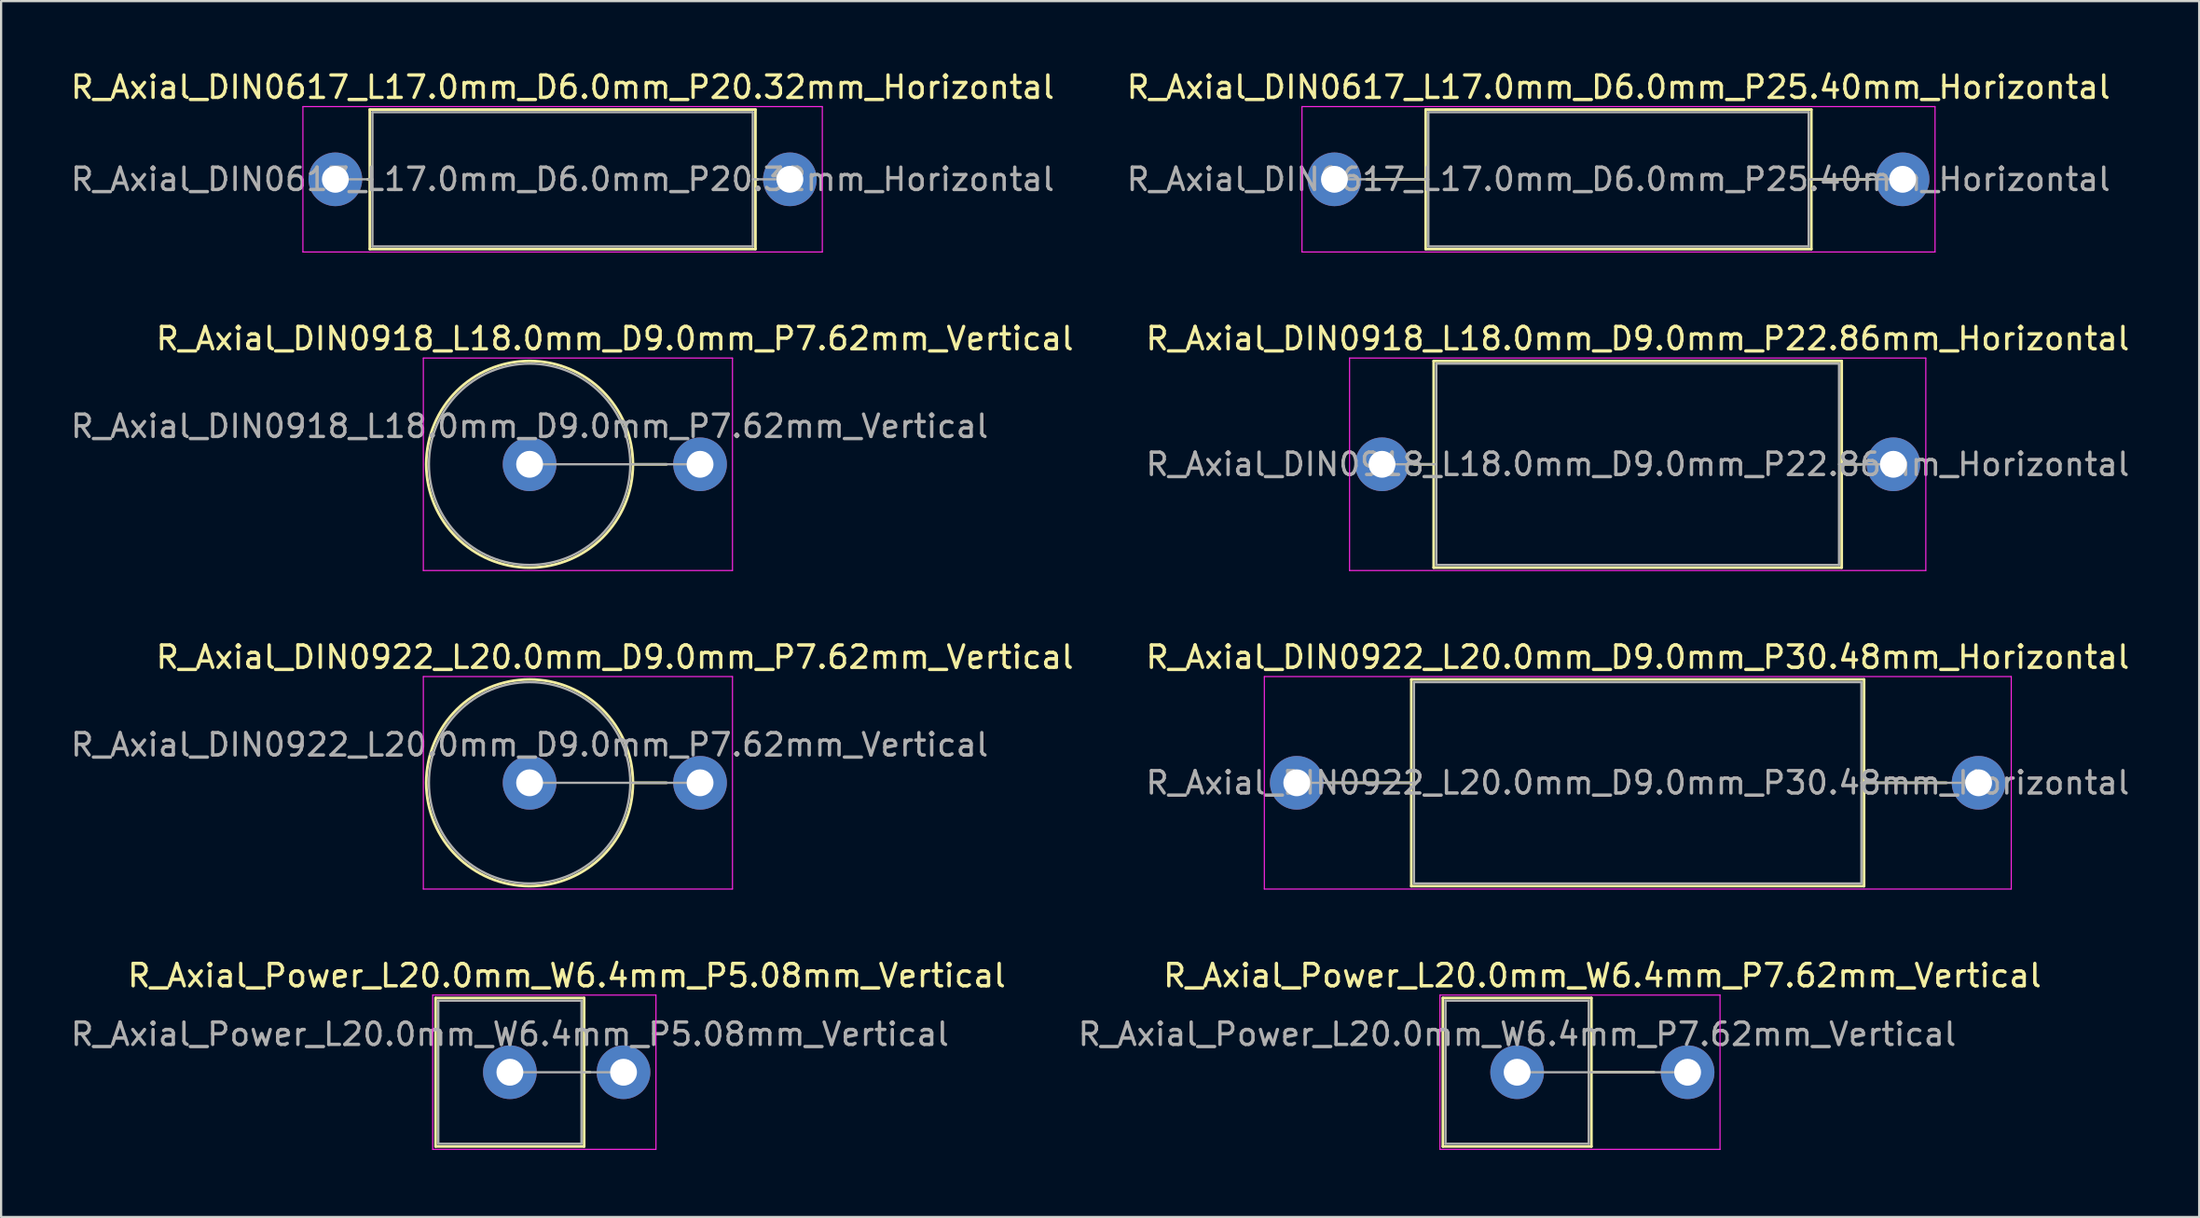
<source format=kicad_pcb>
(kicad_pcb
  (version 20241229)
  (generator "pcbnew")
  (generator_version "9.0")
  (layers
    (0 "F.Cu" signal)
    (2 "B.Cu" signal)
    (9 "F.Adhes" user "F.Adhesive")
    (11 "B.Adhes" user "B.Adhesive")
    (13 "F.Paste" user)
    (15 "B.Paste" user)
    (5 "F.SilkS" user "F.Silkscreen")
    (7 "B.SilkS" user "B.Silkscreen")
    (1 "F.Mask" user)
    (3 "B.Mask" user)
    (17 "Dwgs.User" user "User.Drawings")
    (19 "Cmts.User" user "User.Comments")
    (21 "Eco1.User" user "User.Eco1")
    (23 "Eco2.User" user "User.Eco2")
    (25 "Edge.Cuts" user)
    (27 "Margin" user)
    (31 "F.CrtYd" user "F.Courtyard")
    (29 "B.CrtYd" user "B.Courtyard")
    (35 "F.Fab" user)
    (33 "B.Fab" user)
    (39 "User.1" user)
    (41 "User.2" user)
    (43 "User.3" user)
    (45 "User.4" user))
  (footprint "R_Axial_DIN0922_L20.0mm_D9.0mm_P7.62mm_Vertical"
    (layer "F.Cu")
    (at 20.625 31.955)
    (property "Reference" "R_Axial_DIN0922_L20.0mm_D9.0mm_P7.62mm_Vertical" (at 3.81 -5.62 0) (layer "F.SilkS") (effects (font (size 1 1) (thickness 0.15))))
    (attr through_hole)
    (fp_line (start 4.62 0) (end 6.12 0) (stroke (width 0.12) (type solid)) (layer "F.SilkS"))
    (fp_circle (center 0 0) (end 4.62 0) (stroke (width 0.12) (type solid)) (fill no) (layer "F.SilkS"))
    (fp_line (start -4.75 -4.75) (end -4.75 4.75) (stroke (width 0.05) (type solid)) (layer "F.CrtYd"))
    (fp_line (start -4.75 4.75) (end 9.07 4.75) (stroke (width 0.05) (type solid)) (layer "F.CrtYd"))
    (fp_line (start 9.07 -4.75) (end -4.75 -4.75) (stroke (width 0.05) (type solid)) (layer "F.CrtYd"))
    (fp_line (start 9.07 4.75) (end 9.07 -4.75) (stroke (width 0.05) (type solid)) (layer "F.CrtYd"))
    (fp_line (start 0 0) (end 7.62 0) (stroke (width 0.1) (type solid)) (layer "F.Fab"))
    (fp_circle (center 0 0) (end 4.5 0) (stroke (width 0.1) (type solid)) (fill no) (layer "F.Fab"))
    (fp_text user "${REFERENCE}" (at 0 -1.7 0) (layer "F.Fab") (effects (font (size 1 1) (thickness 0.15))))
    (pad "1" thru_hole circle (at 0 0) (size 2.4 2.4) (drill 1.2) (layers "*.Cu" "*.Mask"))
    (pad "2" thru_hole circle (at 7.62 0) (size 2.4 2.4) (drill 1.2) (layers "*.Cu" "*.Mask")))
  (footprint "R_Axial_DIN0617_L17.0mm_D6.0mm_P20.32mm_Horizontal"
    (layer "F.Cu")
    (at 11.941 4.968)
    (property "Reference" "R_Axial_DIN0617_L17.0mm_D6.0mm_P20.32mm_Horizontal" (at 10.16 -4.12 0) (layer "F.SilkS") (effects (font (size 1 1) (thickness 0.15))))
    (attr through_hole)
    (fp_line (start 1.44 0) (end 1.54 0) (stroke (width 0.12) (type solid)) (layer "F.SilkS"))
    (fp_line (start 1.54 -3.12) (end 1.54 3.12) (stroke (width 0.12) (type solid)) (layer "F.SilkS"))
    (fp_line (start 1.54 3.12) (end 18.78 3.12) (stroke (width 0.12) (type solid)) (layer "F.SilkS"))
    (fp_line (start 18.78 -3.12) (end 1.54 -3.12) (stroke (width 0.12) (type solid)) (layer "F.SilkS"))
    (fp_line (start 18.78 3.12) (end 18.78 -3.12) (stroke (width 0.12) (type solid)) (layer "F.SilkS"))
    (fp_line (start 18.88 0) (end 18.78 0) (stroke (width 0.12) (type solid)) (layer "F.SilkS"))
    (fp_line (start -1.45 -3.25) (end -1.45 3.25) (stroke (width 0.05) (type solid)) (layer "F.CrtYd"))
    (fp_line (start -1.45 3.25) (end 21.77 3.25) (stroke (width 0.05) (type solid)) (layer "F.CrtYd"))
    (fp_line (start 21.77 -3.25) (end -1.45 -3.25) (stroke (width 0.05) (type solid)) (layer "F.CrtYd"))
    (fp_line (start 21.77 3.25) (end 21.77 -3.25) (stroke (width 0.05) (type solid)) (layer "F.CrtYd"))
    (fp_line (start 0 0) (end 1.66 0) (stroke (width 0.1) (type solid)) (layer "F.Fab"))
    (fp_line (start 1.66 -3) (end 1.66 3) (stroke (width 0.1) (type solid)) (layer "F.Fab"))
    (fp_line (start 1.66 3) (end 18.66 3) (stroke (width 0.1) (type solid)) (layer "F.Fab"))
    (fp_line (start 18.66 -3) (end 1.66 -3) (stroke (width 0.1) (type solid)) (layer "F.Fab"))
    (fp_line (start 18.66 3) (end 18.66 -3) (stroke (width 0.1) (type solid)) (layer "F.Fab"))
    (fp_line (start 20.32 0) (end 18.66 0) (stroke (width 0.1) (type solid)) (layer "F.Fab"))
    (fp_text user "${REFERENCE}" (at 10.16 0 0) (layer "F.Fab") (effects (font (size 1 1) (thickness 0.15))))
    (pad "1" thru_hole circle (at 0 0) (size 2.4 2.4) (drill 1.2) (layers "*.Cu" "*.Mask"))
    (pad "2" thru_hole circle (at 20.32 0) (size 2.4 2.4) (drill 1.2) (layers "*.Cu" "*.Mask")))
  (footprint "R_Axial_Power_L20.0mm_W6.4mm_P5.08mm_Vertical"
    (layer "F.Cu")
    (at 19.744 44.898)
    (property "Reference" "R_Axial_Power_L20.0mm_W6.4mm_P5.08mm_Vertical" (at 2.54 -4.32 0) (layer "F.SilkS") (effects (font (size 1 1) (thickness 0.15))))
    (attr through_hole)
    (fp_line (start -3.32 -3.32) (end -3.32 3.32) (stroke (width 0.12) (type solid)) (layer "F.SilkS"))
    (fp_line (start -3.32 3.32) (end 3.32 3.32) (stroke (width 0.12) (type solid)) (layer "F.SilkS"))
    (fp_line (start 3.32 -3.32) (end -3.32 -3.32) (stroke (width 0.12) (type solid)) (layer "F.SilkS"))
    (fp_line (start 3.32 0) (end 3.58 0) (stroke (width 0.12) (type solid)) (layer "F.SilkS"))
    (fp_line (start 3.32 3.32) (end 3.32 -3.32) (stroke (width 0.12) (type solid)) (layer "F.SilkS"))
    (fp_line (start -3.45 -3.45) (end -3.45 3.45) (stroke (width 0.05) (type solid)) (layer "F.CrtYd"))
    (fp_line (start -3.45 3.45) (end 6.53 3.45) (stroke (width 0.05) (type solid)) (layer "F.CrtYd"))
    (fp_line (start 6.53 -3.45) (end -3.45 -3.45) (stroke (width 0.05) (type solid)) (layer "F.CrtYd"))
    (fp_line (start 6.53 3.45) (end 6.53 -3.45) (stroke (width 0.05) (type solid)) (layer "F.CrtYd"))
    (fp_line (start -3.2 -3.2) (end -3.2 3.2) (stroke (width 0.1) (type solid)) (layer "F.Fab"))
    (fp_line (start -3.2 3.2) (end 3.2 3.2) (stroke (width 0.1) (type solid)) (layer "F.Fab"))
    (fp_line (start 0 0) (end 5.08 0) (stroke (width 0.1) (type solid)) (layer "F.Fab"))
    (fp_line (start 3.2 -3.2) (end -3.2 -3.2) (stroke (width 0.1) (type solid)) (layer "F.Fab"))
    (fp_line (start 3.2 3.2) (end 3.2 -3.2) (stroke (width 0.1) (type solid)) (layer "F.Fab"))
    (fp_text user "${REFERENCE}" (at 0 -1.7 0) (layer "F.Fab") (effects (font (size 1 1) (thickness 0.15))))
    (pad "1" thru_hole circle (at 0 0) (size 2.4 2.4) (drill 1.2) (layers "*.Cu" "*.Mask"))
    (pad "2" thru_hole circle (at 5.08 0) (size 2.4 2.4) (drill 1.2) (layers "*.Cu" "*.Mask")))
  (footprint "R_Axial_DIN0918_L18.0mm_D9.0mm_P22.86mm_Horizontal"
    (layer "F.Cu")
    (at 58.731 17.712)
    (property "Reference" "R_Axial_DIN0918_L18.0mm_D9.0mm_P22.86mm_Horizontal" (at 11.43 -5.62 0) (layer "F.SilkS") (effects (font (size 1 1) (thickness 0.15))))
    (attr through_hole)
    (fp_line (start 1.44 0) (end 2.31 0) (stroke (width 0.12) (type solid)) (layer "F.SilkS"))
    (fp_line (start 2.31 -4.62) (end 2.31 4.62) (stroke (width 0.12) (type solid)) (layer "F.SilkS"))
    (fp_line (start 2.31 4.62) (end 20.55 4.62) (stroke (width 0.12) (type solid)) (layer "F.SilkS"))
    (fp_line (start 20.55 -4.62) (end 2.31 -4.62) (stroke (width 0.12) (type solid)) (layer "F.SilkS"))
    (fp_line (start 20.55 4.62) (end 20.55 -4.62) (stroke (width 0.12) (type solid)) (layer "F.SilkS"))
    (fp_line (start 21.42 0) (end 20.55 0) (stroke (width 0.12) (type solid)) (layer "F.SilkS"))
    (fp_line (start -1.45 -4.75) (end -1.45 4.75) (stroke (width 0.05) (type solid)) (layer "F.CrtYd"))
    (fp_line (start -1.45 4.75) (end 24.31 4.75) (stroke (width 0.05) (type solid)) (layer "F.CrtYd"))
    (fp_line (start 24.31 -4.75) (end -1.45 -4.75) (stroke (width 0.05) (type solid)) (layer "F.CrtYd"))
    (fp_line (start 24.31 4.75) (end 24.31 -4.75) (stroke (width 0.05) (type solid)) (layer "F.CrtYd"))
    (fp_line (start 0 0) (end 2.43 0) (stroke (width 0.1) (type solid)) (layer "F.Fab"))
    (fp_line (start 2.43 -4.5) (end 2.43 4.5) (stroke (width 0.1) (type solid)) (layer "F.Fab"))
    (fp_line (start 2.43 4.5) (end 20.43 4.5) (stroke (width 0.1) (type solid)) (layer "F.Fab"))
    (fp_line (start 20.43 -4.5) (end 2.43 -4.5) (stroke (width 0.1) (type solid)) (layer "F.Fab"))
    (fp_line (start 20.43 4.5) (end 20.43 -4.5) (stroke (width 0.1) (type solid)) (layer "F.Fab"))
    (fp_line (start 22.86 0) (end 20.43 0) (stroke (width 0.1) (type solid)) (layer "F.Fab"))
    (fp_text user "${REFERENCE}" (at 11.43 0 0) (layer "F.Fab") (effects (font (size 1 1) (thickness 0.15))))
    (pad "1" thru_hole circle (at 0 0) (size 2.4 2.4) (drill 1.2) (layers "*.Cu" "*.Mask"))
    (pad "2" thru_hole circle (at 22.86 0) (size 2.4 2.4) (drill 1.2) (layers "*.Cu" "*.Mask")))
  (footprint "R_Axial_DIN0922_L20.0mm_D9.0mm_P30.48mm_Horizontal"
    (layer "F.Cu")
    (at 54.921 31.955)
    (property "Reference" "R_Axial_DIN0922_L20.0mm_D9.0mm_P30.48mm_Horizontal" (at 15.24 -5.62 0) (layer "F.SilkS") (effects (font (size 1 1) (thickness 0.15))))
    (attr through_hole)
    (fp_line (start 1.44 0) (end 5.12 0) (stroke (width 0.12) (type solid)) (layer "F.SilkS"))
    (fp_line (start 5.12 -4.62) (end 5.12 4.62) (stroke (width 0.12) (type solid)) (layer "F.SilkS"))
    (fp_line (start 5.12 4.62) (end 25.36 4.62) (stroke (width 0.12) (type solid)) (layer "F.SilkS"))
    (fp_line (start 25.36 -4.62) (end 5.12 -4.62) (stroke (width 0.12) (type solid)) (layer "F.SilkS"))
    (fp_line (start 25.36 4.62) (end 25.36 -4.62) (stroke (width 0.12) (type solid)) (layer "F.SilkS"))
    (fp_line (start 29.04 0) (end 25.36 0) (stroke (width 0.12) (type solid)) (layer "F.SilkS"))
    (fp_line (start -1.45 -4.75) (end -1.45 4.75) (stroke (width 0.05) (type solid)) (layer "F.CrtYd"))
    (fp_line (start -1.45 4.75) (end 31.94 4.75) (stroke (width 0.05) (type solid)) (layer "F.CrtYd"))
    (fp_line (start 31.94 -4.75) (end -1.45 -4.75) (stroke (width 0.05) (type solid)) (layer "F.CrtYd"))
    (fp_line (start 31.94 4.75) (end 31.94 -4.75) (stroke (width 0.05) (type solid)) (layer "F.CrtYd"))
    (fp_line (start 0 0) (end 5.24 0) (stroke (width 0.1) (type solid)) (layer "F.Fab"))
    (fp_line (start 5.24 -4.5) (end 5.24 4.5) (stroke (width 0.1) (type solid)) (layer "F.Fab"))
    (fp_line (start 5.24 4.5) (end 25.24 4.5) (stroke (width 0.1) (type solid)) (layer "F.Fab"))
    (fp_line (start 25.24 -4.5) (end 5.24 -4.5) (stroke (width 0.1) (type solid)) (layer "F.Fab"))
    (fp_line (start 25.24 4.5) (end 25.24 -4.5) (stroke (width 0.1) (type solid)) (layer "F.Fab"))
    (fp_line (start 30.48 0) (end 25.24 0) (stroke (width 0.1) (type solid)) (layer "F.Fab"))
    (fp_text user "${REFERENCE}" (at 15.24 0 0) (layer "F.Fab") (effects (font (size 1 1) (thickness 0.15))))
    (pad "1" thru_hole circle (at 0 0) (size 2.4 2.4) (drill 1.2) (layers "*.Cu" "*.Mask"))
    (pad "2" thru_hole circle (at 30.48 0) (size 2.4 2.4) (drill 1.2) (layers "*.Cu" "*.Mask")))
  (footprint "R_Axial_DIN0617_L17.0mm_D6.0mm_P25.40mm_Horizontal"
    (layer "F.Cu")
    (at 56.604 4.968)
    (property "Reference" "R_Axial_DIN0617_L17.0mm_D6.0mm_P25.40mm_Horizontal" (at 12.7 -4.12 0) (layer "F.SilkS") (effects (font (size 1 1) (thickness 0.15))))
    (attr through_hole)
    (fp_line (start 1.44 0) (end 4.08 0) (stroke (width 0.12) (type solid)) (layer "F.SilkS"))
    (fp_line (start 4.08 -3.12) (end 4.08 3.12) (stroke (width 0.12) (type solid)) (layer "F.SilkS"))
    (fp_line (start 4.08 3.12) (end 21.32 3.12) (stroke (width 0.12) (type solid)) (layer "F.SilkS"))
    (fp_line (start 21.32 -3.12) (end 4.08 -3.12) (stroke (width 0.12) (type solid)) (layer "F.SilkS"))
    (fp_line (start 21.32 3.12) (end 21.32 -3.12) (stroke (width 0.12) (type solid)) (layer "F.SilkS"))
    (fp_line (start 23.96 0) (end 21.32 0) (stroke (width 0.12) (type solid)) (layer "F.SilkS"))
    (fp_line (start -1.45 -3.25) (end -1.45 3.25) (stroke (width 0.05) (type solid)) (layer "F.CrtYd"))
    (fp_line (start -1.45 3.25) (end 26.85 3.25) (stroke (width 0.05) (type solid)) (layer "F.CrtYd"))
    (fp_line (start 26.85 -3.25) (end -1.45 -3.25) (stroke (width 0.05) (type solid)) (layer "F.CrtYd"))
    (fp_line (start 26.85 3.25) (end 26.85 -3.25) (stroke (width 0.05) (type solid)) (layer "F.CrtYd"))
    (fp_line (start 0 0) (end 4.2 0) (stroke (width 0.1) (type solid)) (layer "F.Fab"))
    (fp_line (start 4.2 -3) (end 4.2 3) (stroke (width 0.1) (type solid)) (layer "F.Fab"))
    (fp_line (start 4.2 3) (end 21.2 3) (stroke (width 0.1) (type solid)) (layer "F.Fab"))
    (fp_line (start 21.2 -3) (end 4.2 -3) (stroke (width 0.1) (type solid)) (layer "F.Fab"))
    (fp_line (start 21.2 3) (end 21.2 -3) (stroke (width 0.1) (type solid)) (layer "F.Fab"))
    (fp_line (start 25.4 0) (end 21.2 0) (stroke (width 0.1) (type solid)) (layer "F.Fab"))
    (fp_text user "${REFERENCE}" (at 12.7 0 0) (layer "F.Fab") (effects (font (size 1 1) (thickness 0.15))))
    (pad "1" thru_hole circle (at 0 0) (size 2.4 2.4) (drill 1.2) (layers "*.Cu" "*.Mask"))
    (pad "2" thru_hole circle (at 25.4 0) (size 2.4 2.4) (drill 1.2) (layers "*.Cu" "*.Mask")))
  (footprint "R_Axial_Power_L20.0mm_W6.4mm_P7.62mm_Vertical"
    (layer "F.Cu")
    (at 64.772 44.898)
    (property "Reference" "R_Axial_Power_L20.0mm_W6.4mm_P7.62mm_Vertical" (at 3.81 -4.32 0) (layer "F.SilkS") (effects (font (size 1 1) (thickness 0.15))))
    (attr through_hole)
    (fp_line (start -3.32 -3.32) (end -3.32 3.32) (stroke (width 0.12) (type solid)) (layer "F.SilkS"))
    (fp_line (start -3.32 3.32) (end 3.32 3.32) (stroke (width 0.12) (type solid)) (layer "F.SilkS"))
    (fp_line (start 3.32 -3.32) (end -3.32 -3.32) (stroke (width 0.12) (type solid)) (layer "F.SilkS"))
    (fp_line (start 3.32 0) (end 6.12 0) (stroke (width 0.12) (type solid)) (layer "F.SilkS"))
    (fp_line (start 3.32 3.32) (end 3.32 -3.32) (stroke (width 0.12) (type solid)) (layer "F.SilkS"))
    (fp_line (start -3.45 -3.45) (end -3.45 3.45) (stroke (width 0.05) (type solid)) (layer "F.CrtYd"))
    (fp_line (start -3.45 3.45) (end 9.07 3.45) (stroke (width 0.05) (type solid)) (layer "F.CrtYd"))
    (fp_line (start 9.07 -3.45) (end -3.45 -3.45) (stroke (width 0.05) (type solid)) (layer "F.CrtYd"))
    (fp_line (start 9.07 3.45) (end 9.07 -3.45) (stroke (width 0.05) (type solid)) (layer "F.CrtYd"))
    (fp_line (start -3.2 -3.2) (end -3.2 3.2) (stroke (width 0.1) (type solid)) (layer "F.Fab"))
    (fp_line (start -3.2 3.2) (end 3.2 3.2) (stroke (width 0.1) (type solid)) (layer "F.Fab"))
    (fp_line (start 0 0) (end 7.62 0) (stroke (width 0.1) (type solid)) (layer "F.Fab"))
    (fp_line (start 3.2 -3.2) (end -3.2 -3.2) (stroke (width 0.1) (type solid)) (layer "F.Fab"))
    (fp_line (start 3.2 3.2) (end 3.2 -3.2) (stroke (width 0.1) (type solid)) (layer "F.Fab"))
    (fp_text user "${REFERENCE}" (at 0 -1.7 0) (layer "F.Fab") (effects (font (size 1 1) (thickness 0.15))))
    (pad "1" thru_hole circle (at 0 0) (size 2.4 2.4) (drill 1.2) (layers "*.Cu" "*.Mask"))
    (pad "2" thru_hole circle (at 7.62 0) (size 2.4 2.4) (drill 1.2) (layers "*.Cu" "*.Mask")))
  (footprint "R_Axial_DIN0918_L18.0mm_D9.0mm_P7.62mm_Vertical"
    (layer "F.Cu")
    (at 20.625 17.712)
    (property "Reference" "R_Axial_DIN0918_L18.0mm_D9.0mm_P7.62mm_Vertical" (at 3.81 -5.62 0) (layer "F.SilkS") (effects (font (size 1 1) (thickness 0.15))))
    (attr through_hole)
    (fp_line (start 4.62 0) (end 6.12 0) (stroke (width 0.12) (type solid)) (layer "F.SilkS"))
    (fp_circle (center 0 0) (end 4.62 0) (stroke (width 0.12) (type solid)) (fill no) (layer "F.SilkS"))
    (fp_line (start -4.75 -4.75) (end -4.75 4.75) (stroke (width 0.05) (type solid)) (layer "F.CrtYd"))
    (fp_line (start -4.75 4.75) (end 9.07 4.75) (stroke (width 0.05) (type solid)) (layer "F.CrtYd"))
    (fp_line (start 9.07 -4.75) (end -4.75 -4.75) (stroke (width 0.05) (type solid)) (layer "F.CrtYd"))
    (fp_line (start 9.07 4.75) (end 9.07 -4.75) (stroke (width 0.05) (type solid)) (layer "F.CrtYd"))
    (fp_line (start 0 0) (end 7.62 0) (stroke (width 0.1) (type solid)) (layer "F.Fab"))
    (fp_circle (center 0 0) (end 4.5 0) (stroke (width 0.1) (type solid)) (fill no) (layer "F.Fab"))
    (fp_text user "${REFERENCE}" (at 0 -1.7 0) (layer "F.Fab") (effects (font (size 1 1) (thickness 0.15))))
    (pad "1" thru_hole circle (at 0 0) (size 2.4 2.4) (drill 1.2) (layers "*.Cu" "*.Mask"))
    (pad "2" thru_hole oval (at 7.62 0) (size 2.4 2.4) (drill 1.2) (layers "*.Cu" "*.Mask")))
  (gr_rect
    (start -3 -3)
    (end 95.262 51.373)
    (stroke (width 0.1) (type default))
    (fill no)
    (layer "Edge.Cuts")))
</source>
